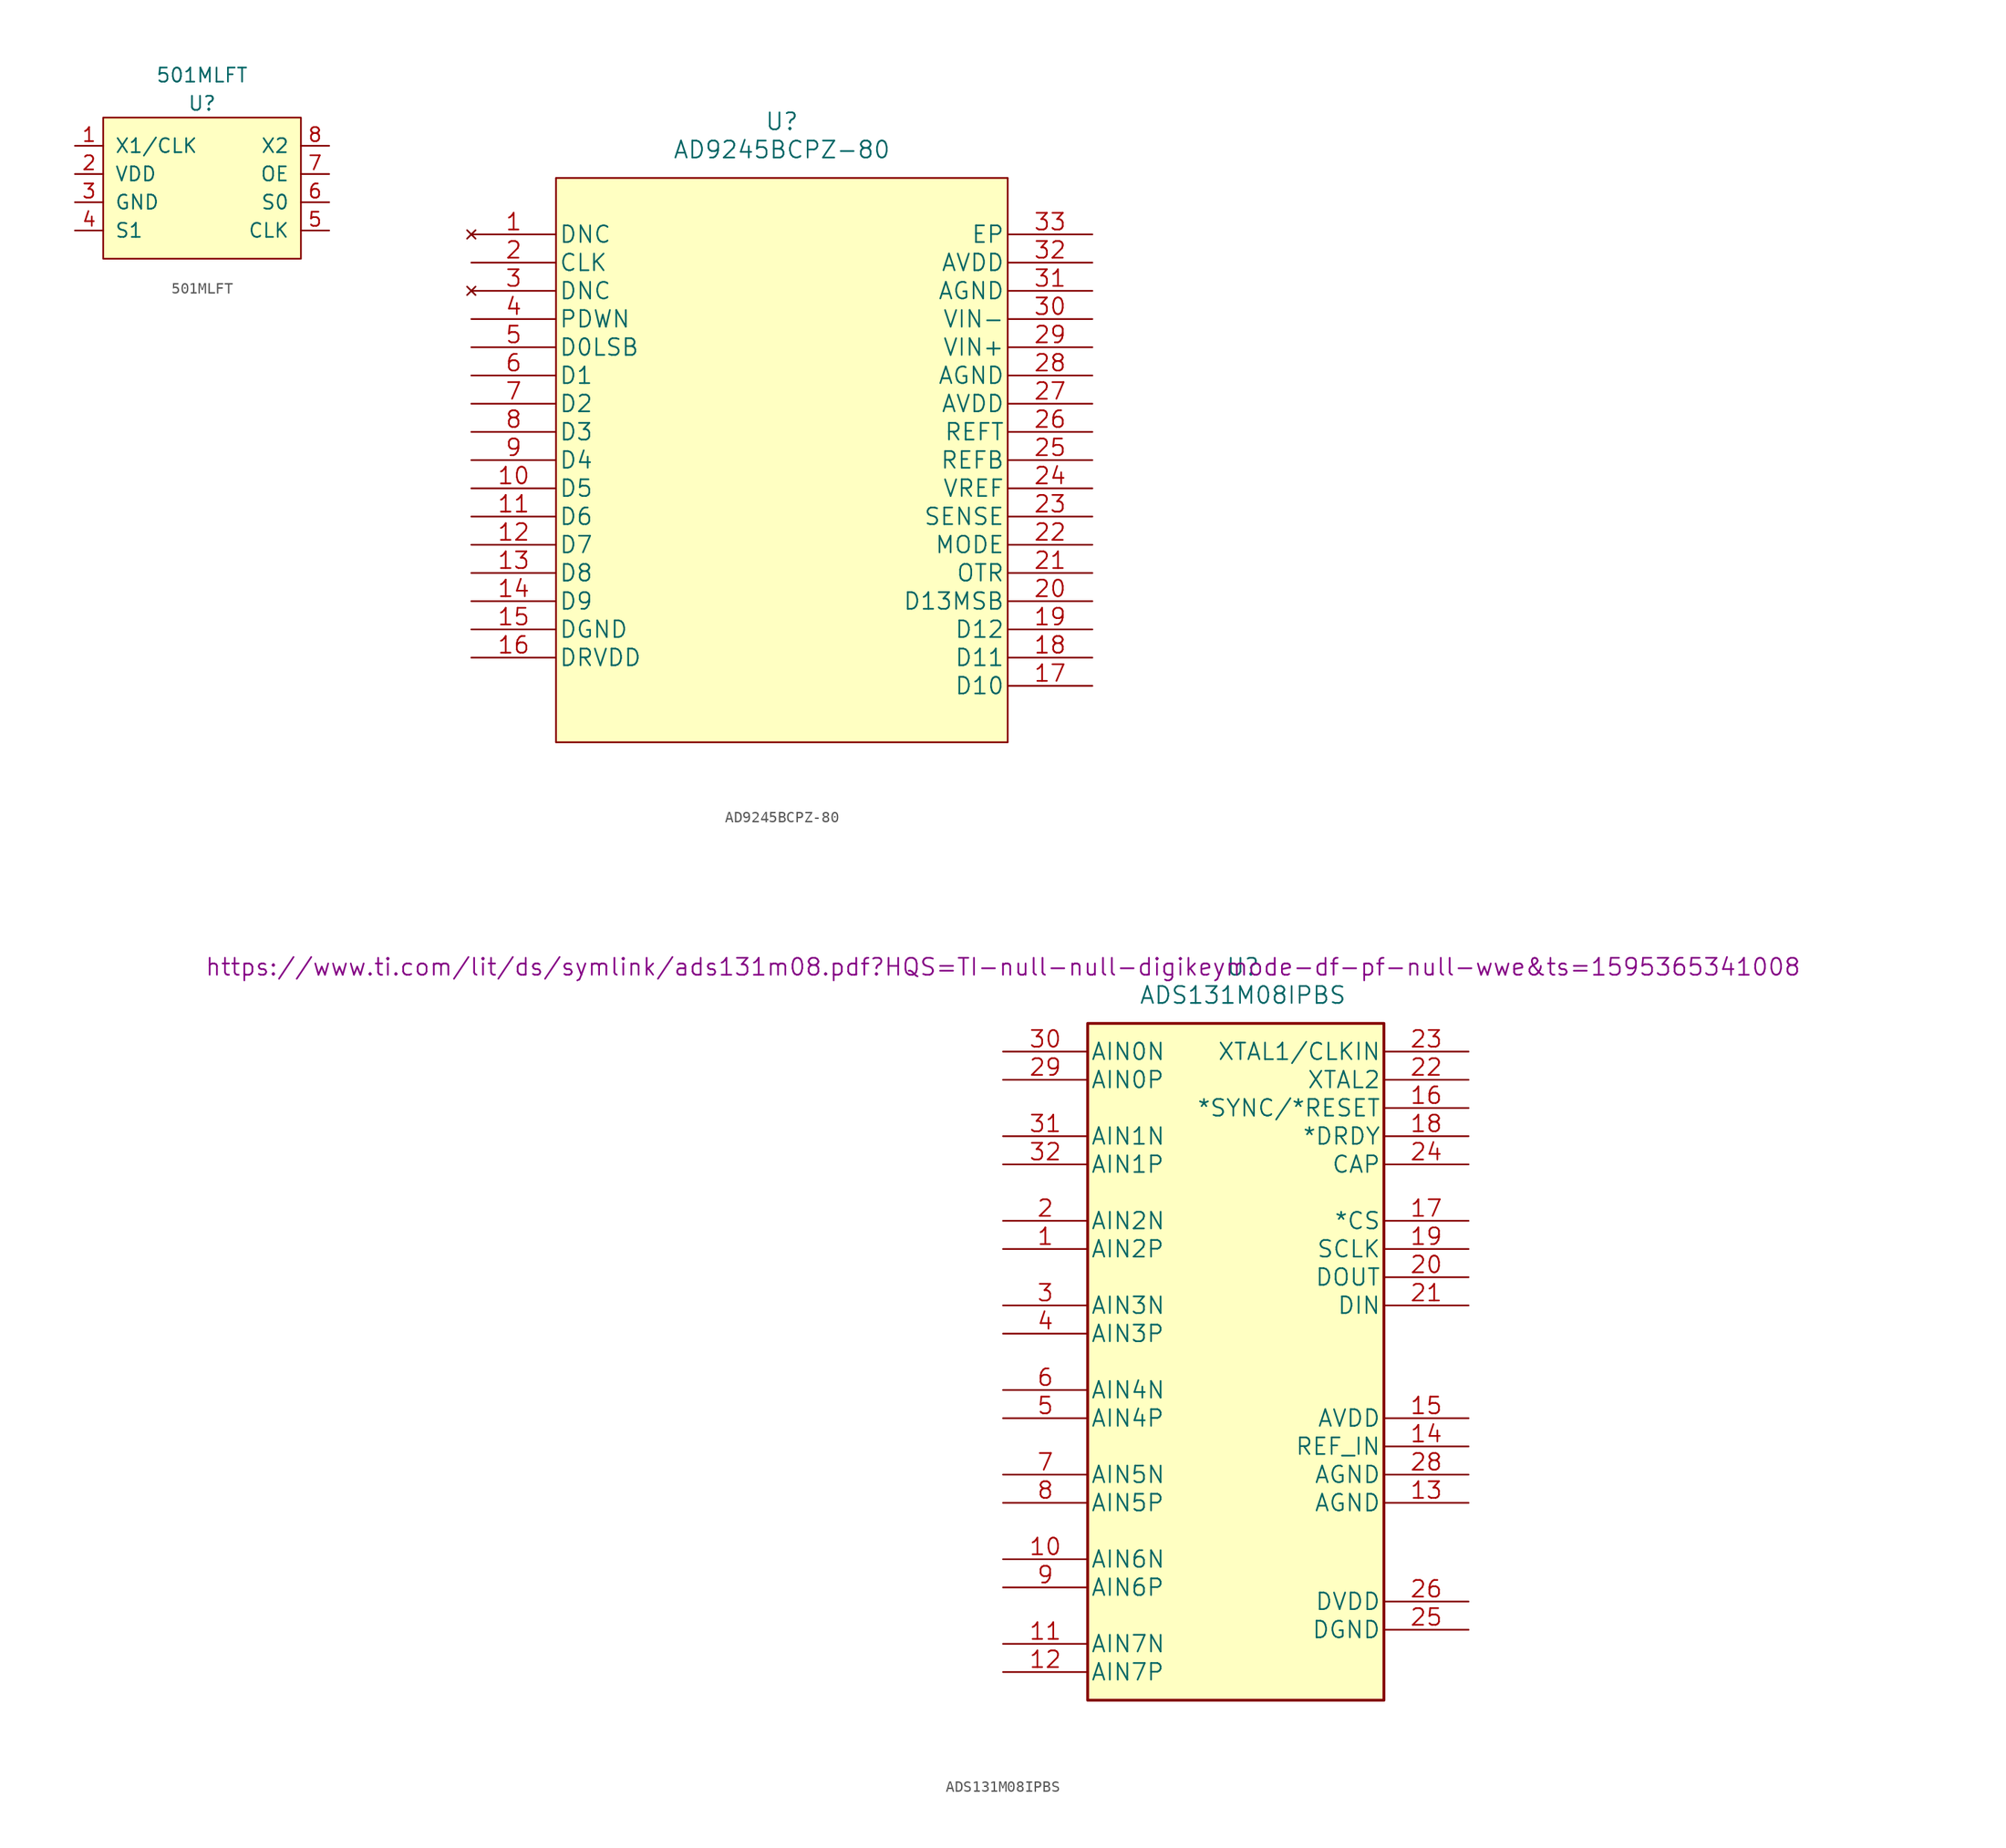
<source format=kicad_sym>
(kicad_symbol_lib
  (version 20231120)
  (generator "kicad_symbol_editor")
  (generator_version "8.0")
  (symbol "501MLFT"
    (pin_names
      (offset 1.016))
    (property "Reference" "U"
      (at 0 7.62 0)
      (effects (font (size 1.27 1.27))))
    (property "Value" "501MLFT"
      (at 0 10.16 0)
      (effects (font (size 1.27 1.27))))
    (symbol "501MLFT_0_1"
      (rectangle (start -8.89 6.35) (end 8.89 -6.35) (stroke (width 0) (type solid)) (fill (type background))))
    (symbol "501MLFT_1_1"
      (pin input line (at -11.43 3.81 0) (length 2.54) (name "X1/CLK" (effects (font (size 1.27 1.27)))) (number "1" (effects (font (size 1.27 1.27)))))
      (pin input line (at -11.43 1.27 0) (length 2.54) (name "VDD" (effects (font (size 1.27 1.27)))) (number "2" (effects (font (size 1.27 1.27)))))
      (pin input line (at -11.43 -1.27 0) (length 2.54) (name "GND" (effects (font (size 1.27 1.27)))) (number "3" (effects (font (size 1.27 1.27)))))
      (pin input line (at -11.43 -3.81 0) (length 2.54) (name "S1" (effects (font (size 1.27 1.27)))) (number "4" (effects (font (size 1.27 1.27)))))
      (pin input line (at 11.43 -3.81 180) (length 2.54) (name "CLK" (effects (font (size 1.27 1.27)))) (number "5" (effects (font (size 1.27 1.27)))))
      (pin input line (at 11.43 -1.27 180) (length 2.54) (name "S0" (effects (font (size 1.27 1.27)))) (number "6" (effects (font (size 1.27 1.27)))))
      (pin input line (at 11.43 1.27 180) (length 2.54) (name "OE" (effects (font (size 1.27 1.27)))) (number "7" (effects (font (size 1.27 1.27)))))
      (pin input line (at 11.43 3.81 180) (length 2.54) (name "X2" (effects (font (size 1.27 1.27)))) (number "8" (effects (font (size 1.27 1.27)))))))
  (symbol "AD9245BCPZ-80"
    (pin_names
      (offset 0.254))
    (property "Reference" "U"
      (at 27.94 10.16 0)
      (effects (font (size 1.524 1.524))))
    (property "Value" "AD9245BCPZ-80"
      (at 27.94 7.62 0)
      (effects (font (size 1.524 1.524))))
    (property "Datasheet" ""
      (at 0 0 0)
      (effects (font (size 1.524 1.524))))
    (symbol "AD9245BCPZ-80_1_1"
      (polyline (pts (xy 7.62 -45.72) (xy 48.26 -45.72)) (stroke (width 0.127) (type solid)) (fill (type none)))
      (polyline (pts (xy 7.62 5.08) (xy 7.62 -45.72)) (stroke (width 0.127) (type solid)) (fill (type none)))
      (polyline (pts (xy 48.26 -45.72) (xy 48.26 5.08)) (stroke (width 0.127) (type solid)) (fill (type none)))
      (polyline (pts (xy 48.26 5.08) (xy 7.62 5.08)) (stroke (width 0.127) (type solid)) (fill (type background)))
      (rectangle (start 7.62 5.08) (end 48.26 -45.72) (stroke (width 0.127) (type solid)) (fill (type background)))
      (pin no_connect line (at 0 0 0) (length 7.62) (name "DNC" (effects (font (size 1.499 1.499)))) (number "1" (effects (font (size 1.499 1.499)))))
      (pin output line (at 0 -22.86 0) (length 7.62) (name "D5" (effects (font (size 1.499 1.499)))) (number "10" (effects (font (size 1.499 1.499)))))
      (pin output line (at 0 -25.4 0) (length 7.62) (name "D6" (effects (font (size 1.499 1.499)))) (number "11" (effects (font (size 1.499 1.499)))))
      (pin output line (at 0 -27.94 0) (length 7.62) (name "D7" (effects (font (size 1.499 1.499)))) (number "12" (effects (font (size 1.499 1.499)))))
      (pin output line (at 0 -30.48 0) (length 7.62) (name "D8" (effects (font (size 1.499 1.499)))) (number "13" (effects (font (size 1.499 1.499)))))
      (pin output line (at 0 -33.02 0) (length 7.62) (name "D9" (effects (font (size 1.499 1.499)))) (number "14" (effects (font (size 1.499 1.499)))))
      (pin power_in line (at 0 -35.56 0) (length 7.62) (name "DGND" (effects (font (size 1.499 1.499)))) (number "15" (effects (font (size 1.499 1.499)))))
      (pin power_in line (at 0 -38.1 0) (length 7.62) (name "DRVDD" (effects (font (size 1.499 1.499)))) (number "16" (effects (font (size 1.499 1.499)))))
      (pin output line (at 55.88 -40.64 180) (length 7.62) (name "D10" (effects (font (size 1.499 1.499)))) (number "17" (effects (font (size 1.499 1.499)))))
      (pin output line (at 55.88 -38.1 180) (length 7.62) (name "D11" (effects (font (size 1.499 1.499)))) (number "18" (effects (font (size 1.499 1.499)))))
      (pin output line (at 55.88 -35.56 180) (length 7.62) (name "D12" (effects (font (size 1.499 1.499)))) (number "19" (effects (font (size 1.499 1.499)))))
      (pin input line (at 0 -2.54 0) (length 7.62) (name "CLK" (effects (font (size 1.499 1.499)))) (number "2" (effects (font (size 1.499 1.499)))))
      (pin output line (at 55.88 -33.02 180) (length 7.62) (name "D13MSB" (effects (font (size 1.499 1.499)))) (number "20" (effects (font (size 1.499 1.499)))))
      (pin output line (at 55.88 -30.48 180) (length 7.62) (name "OTR" (effects (font (size 1.499 1.499)))) (number "21" (effects (font (size 1.499 1.499)))))
      (pin output line (at 55.88 -27.94 180) (length 7.62) (name "MODE" (effects (font (size 1.499 1.499)))) (number "22" (effects (font (size 1.499 1.499)))))
      (pin input line (at 55.88 -25.4 180) (length 7.62) (name "SENSE" (effects (font (size 1.499 1.499)))) (number "23" (effects (font (size 1.499 1.499)))))
      (pin output line (at 55.88 -22.86 180) (length 7.62) (name "VREF" (effects (font (size 1.499 1.499)))) (number "24" (effects (font (size 1.499 1.499)))))
      (pin input line (at 55.88 -20.32 180) (length 7.62) (name "REFB" (effects (font (size 1.499 1.499)))) (number "25" (effects (font (size 1.499 1.499)))))
      (pin input line (at 55.88 -17.78 180) (length 7.62) (name "REFT" (effects (font (size 1.499 1.499)))) (number "26" (effects (font (size 1.499 1.499)))))
      (pin power_in line (at 55.88 -15.24 180) (length 7.62) (name "AVDD" (effects (font (size 1.499 1.499)))) (number "27" (effects (font (size 1.499 1.499)))))
      (pin power_in line (at 55.88 -12.7 180) (length 7.62) (name "AGND" (effects (font (size 1.499 1.499)))) (number "28" (effects (font (size 1.499 1.499)))))
      (pin input line (at 55.88 -10.16 180) (length 7.62) (name "VIN+" (effects (font (size 1.499 1.499)))) (number "29" (effects (font (size 1.499 1.499)))))
      (pin no_connect line (at 0 -5.08 0) (length 7.62) (name "DNC" (effects (font (size 1.499 1.499)))) (number "3" (effects (font (size 1.499 1.499)))))
      (pin input line (at 55.88 -7.62 180) (length 7.62) (name "VIN-" (effects (font (size 1.499 1.499)))) (number "30" (effects (font (size 1.499 1.499)))))
      (pin power_in line (at 55.88 -5.08 180) (length 7.62) (name "AGND" (effects (font (size 1.499 1.499)))) (number "31" (effects (font (size 1.499 1.499)))))
      (pin power_in line (at 55.88 -2.54 180) (length 7.62) (name "AVDD" (effects (font (size 1.499 1.499)))) (number "32" (effects (font (size 1.499 1.499)))))
      (pin power_in line (at 55.88 0 180) (length 7.62) (name "EP" (effects (font (size 1.499 1.499)))) (number "33" (effects (font (size 1.499 1.499)))))
      (pin input line (at 0 -7.62 0) (length 7.62) (name "PDWN" (effects (font (size 1.499 1.499)))) (number "4" (effects (font (size 1.499 1.499)))))
      (pin output line (at 0 -10.16 0) (length 7.62) (name "D0LSB" (effects (font (size 1.499 1.499)))) (number "5" (effects (font (size 1.499 1.499)))))
      (pin output line (at 0 -12.7 0) (length 7.62) (name "D1" (effects (font (size 1.499 1.499)))) (number "6" (effects (font (size 1.499 1.499)))))
      (pin output line (at 0 -15.24 0) (length 7.62) (name "D2" (effects (font (size 1.499 1.499)))) (number "7" (effects (font (size 1.499 1.499)))))
      (pin output line (at 0 -17.78 0) (length 7.62) (name "D3" (effects (font (size 1.499 1.499)))) (number "8" (effects (font (size 1.499 1.499)))))
      (pin output line (at 0 -20.32 0) (length 7.62) (name "D4" (effects (font (size 1.499 1.499)))) (number "9" (effects (font (size 1.499 1.499)))))))
  (symbol "ADS131M08IPBS"
    (pin_names
      (offset 0.254))
    (property "Reference" "U"
      (at 0 5.08 0)
      (effects (font (size 1.524 1.524))))
    (property "Value" "ADS131M08IPBS"
      (at 0 2.54 0)
      (effects (font (size 1.524 1.524))))
    (property "Datasheet" "https://www.ti.com/lit/ds/symlink/ads131m08.pdf?HQS=TI-null-null-digikeymode-df-pf-null-wwe&ts=1595365341008"
      (at -21.59 5.08 0)
      (effects (font (size 1.524 1.524))))
    (symbol "ADS131M08IPBS_1_1"
      (rectangle (start -13.97 0) (end 12.7 -60.96) (stroke (width 0.254) (type solid)) (fill (type background)))
      (pin input line (at -21.59 -20.32 0) (length 7.62) (name "AIN2P" (effects (font (size 1.499 1.499)))) (number "1" (effects (font (size 1.499 1.499)))))
      (pin input line (at -21.59 -48.26 0) (length 7.62) (name "AIN6N" (effects (font (size 1.499 1.499)))) (number "10" (effects (font (size 1.499 1.499)))))
      (pin input line (at -21.59 -55.88 0) (length 7.62) (name "AIN7N" (effects (font (size 1.499 1.499)))) (number "11" (effects (font (size 1.499 1.499)))))
      (pin input line (at -21.59 -58.42 0) (length 7.62) (name "AIN7P" (effects (font (size 1.499 1.499)))) (number "12" (effects (font (size 1.499 1.499)))))
      (pin power_in line (at 20.32 -43.18 180) (length 7.62) (name "AGND" (effects (font (size 1.499 1.499)))) (number "13" (effects (font (size 1.499 1.499)))))
      (pin input line (at 20.32 -38.1 180) (length 7.62) (name "REF_IN" (effects (font (size 1.499 1.499)))) (number "14" (effects (font (size 1.499 1.499)))))
      (pin power_in line (at 20.32 -35.56 180) (length 7.62) (name "AVDD" (effects (font (size 1.499 1.499)))) (number "15" (effects (font (size 1.499 1.499)))))
      (pin input line (at 20.32 -7.62 180) (length 7.62) (name "*SYNC/*RESET" (effects (font (size 1.499 1.499)))) (number "16" (effects (font (size 1.499 1.499)))))
      (pin input line (at 20.32 -17.78 180) (length 7.62) (name "*CS" (effects (font (size 1.499 1.499)))) (number "17" (effects (font (size 1.499 1.499)))))
      (pin output line (at 20.32 -10.16 180) (length 7.62) (name "*DRDY" (effects (font (size 1.499 1.499)))) (number "18" (effects (font (size 1.499 1.499)))))
      (pin input line (at 20.32 -20.32 180) (length 7.62) (name "SCLK" (effects (font (size 1.499 1.499)))) (number "19" (effects (font (size 1.499 1.499)))))
      (pin input line (at -21.59 -17.78 0) (length 7.62) (name "AIN2N" (effects (font (size 1.499 1.499)))) (number "2" (effects (font (size 1.499 1.499)))))
      (pin output line (at 20.32 -22.86 180) (length 7.62) (name "DOUT" (effects (font (size 1.499 1.499)))) (number "20" (effects (font (size 1.499 1.499)))))
      (pin input line (at 20.32 -25.4 180) (length 7.62) (name "DIN" (effects (font (size 1.499 1.499)))) (number "21" (effects (font (size 1.499 1.499)))))
      (pin output line (at 20.32 -5.08 180) (length 7.62) (name "XTAL2" (effects (font (size 1.499 1.499)))) (number "22" (effects (font (size 1.499 1.499)))))
      (pin input line (at 20.32 -2.54 180) (length 7.62) (name "XTAL1/CLKIN" (effects (font (size 1.499 1.499)))) (number "23" (effects (font (size 1.499 1.499)))))
      (pin output line (at 20.32 -12.7 180) (length 7.62) (name "CAP" (effects (font (size 1.499 1.499)))) (number "24" (effects (font (size 1.499 1.499)))))
      (pin power_in line (at 20.32 -54.61 180) (length 7.62) (name "DGND" (effects (font (size 1.499 1.499)))) (number "25" (effects (font (size 1.499 1.499)))))
      (pin power_in line (at 20.32 -52.07 180) (length 7.62) (name "DVDD" (effects (font (size 1.499 1.499)))) (number "26" (effects (font (size 1.499 1.499)))))
      (pin no_connect line (at 20.32 -57.15 180) (length 7.62) hide (name "NC" (effects (font (size 1.499 1.499)))) (number "27" (effects (font (size 1.499 1.499)))))
      (pin power_in line (at 20.32 -40.64 180) (length 7.62) (name "AGND" (effects (font (size 1.499 1.499)))) (number "28" (effects (font (size 1.499 1.499)))))
      (pin input line (at -21.59 -5.08 0) (length 7.62) (name "AIN0P" (effects (font (size 1.499 1.499)))) (number "29" (effects (font (size 1.499 1.499)))))
      (pin input line (at -21.59 -25.4 0) (length 7.62) (name "AIN3N" (effects (font (size 1.499 1.499)))) (number "3" (effects (font (size 1.499 1.499)))))
      (pin input line (at -21.59 -2.54 0) (length 7.62) (name "AIN0N" (effects (font (size 1.499 1.499)))) (number "30" (effects (font (size 1.499 1.499)))))
      (pin input line (at -21.59 -10.16 0) (length 7.62) (name "AIN1N" (effects (font (size 1.499 1.499)))) (number "31" (effects (font (size 1.499 1.499)))))
      (pin input line (at -21.59 -12.7 0) (length 7.62) (name "AIN1P" (effects (font (size 1.499 1.499)))) (number "32" (effects (font (size 1.499 1.499)))))
      (pin input line (at -21.59 -27.94 0) (length 7.62) (name "AIN3P" (effects (font (size 1.499 1.499)))) (number "4" (effects (font (size 1.499 1.499)))))
      (pin input line (at -21.59 -35.56 0) (length 7.62) (name "AIN4P" (effects (font (size 1.499 1.499)))) (number "5" (effects (font (size 1.499 1.499)))))
      (pin input line (at -21.59 -33.02 0) (length 7.62) (name "AIN4N" (effects (font (size 1.499 1.499)))) (number "6" (effects (font (size 1.499 1.499)))))
      (pin input line (at -21.59 -40.64 0) (length 7.62) (name "AIN5N" (effects (font (size 1.499 1.499)))) (number "7" (effects (font (size 1.499 1.499)))))
      (pin input line (at -21.59 -43.18 0) (length 7.62) (name "AIN5P" (effects (font (size 1.499 1.499)))) (number "8" (effects (font (size 1.499 1.499)))))
      (pin input line (at -21.59 -50.8 0) (length 7.62) (name "AIN6P" (effects (font (size 1.499 1.499)))) (number "9" (effects (font (size 1.499 1.499))))))))
</source>
